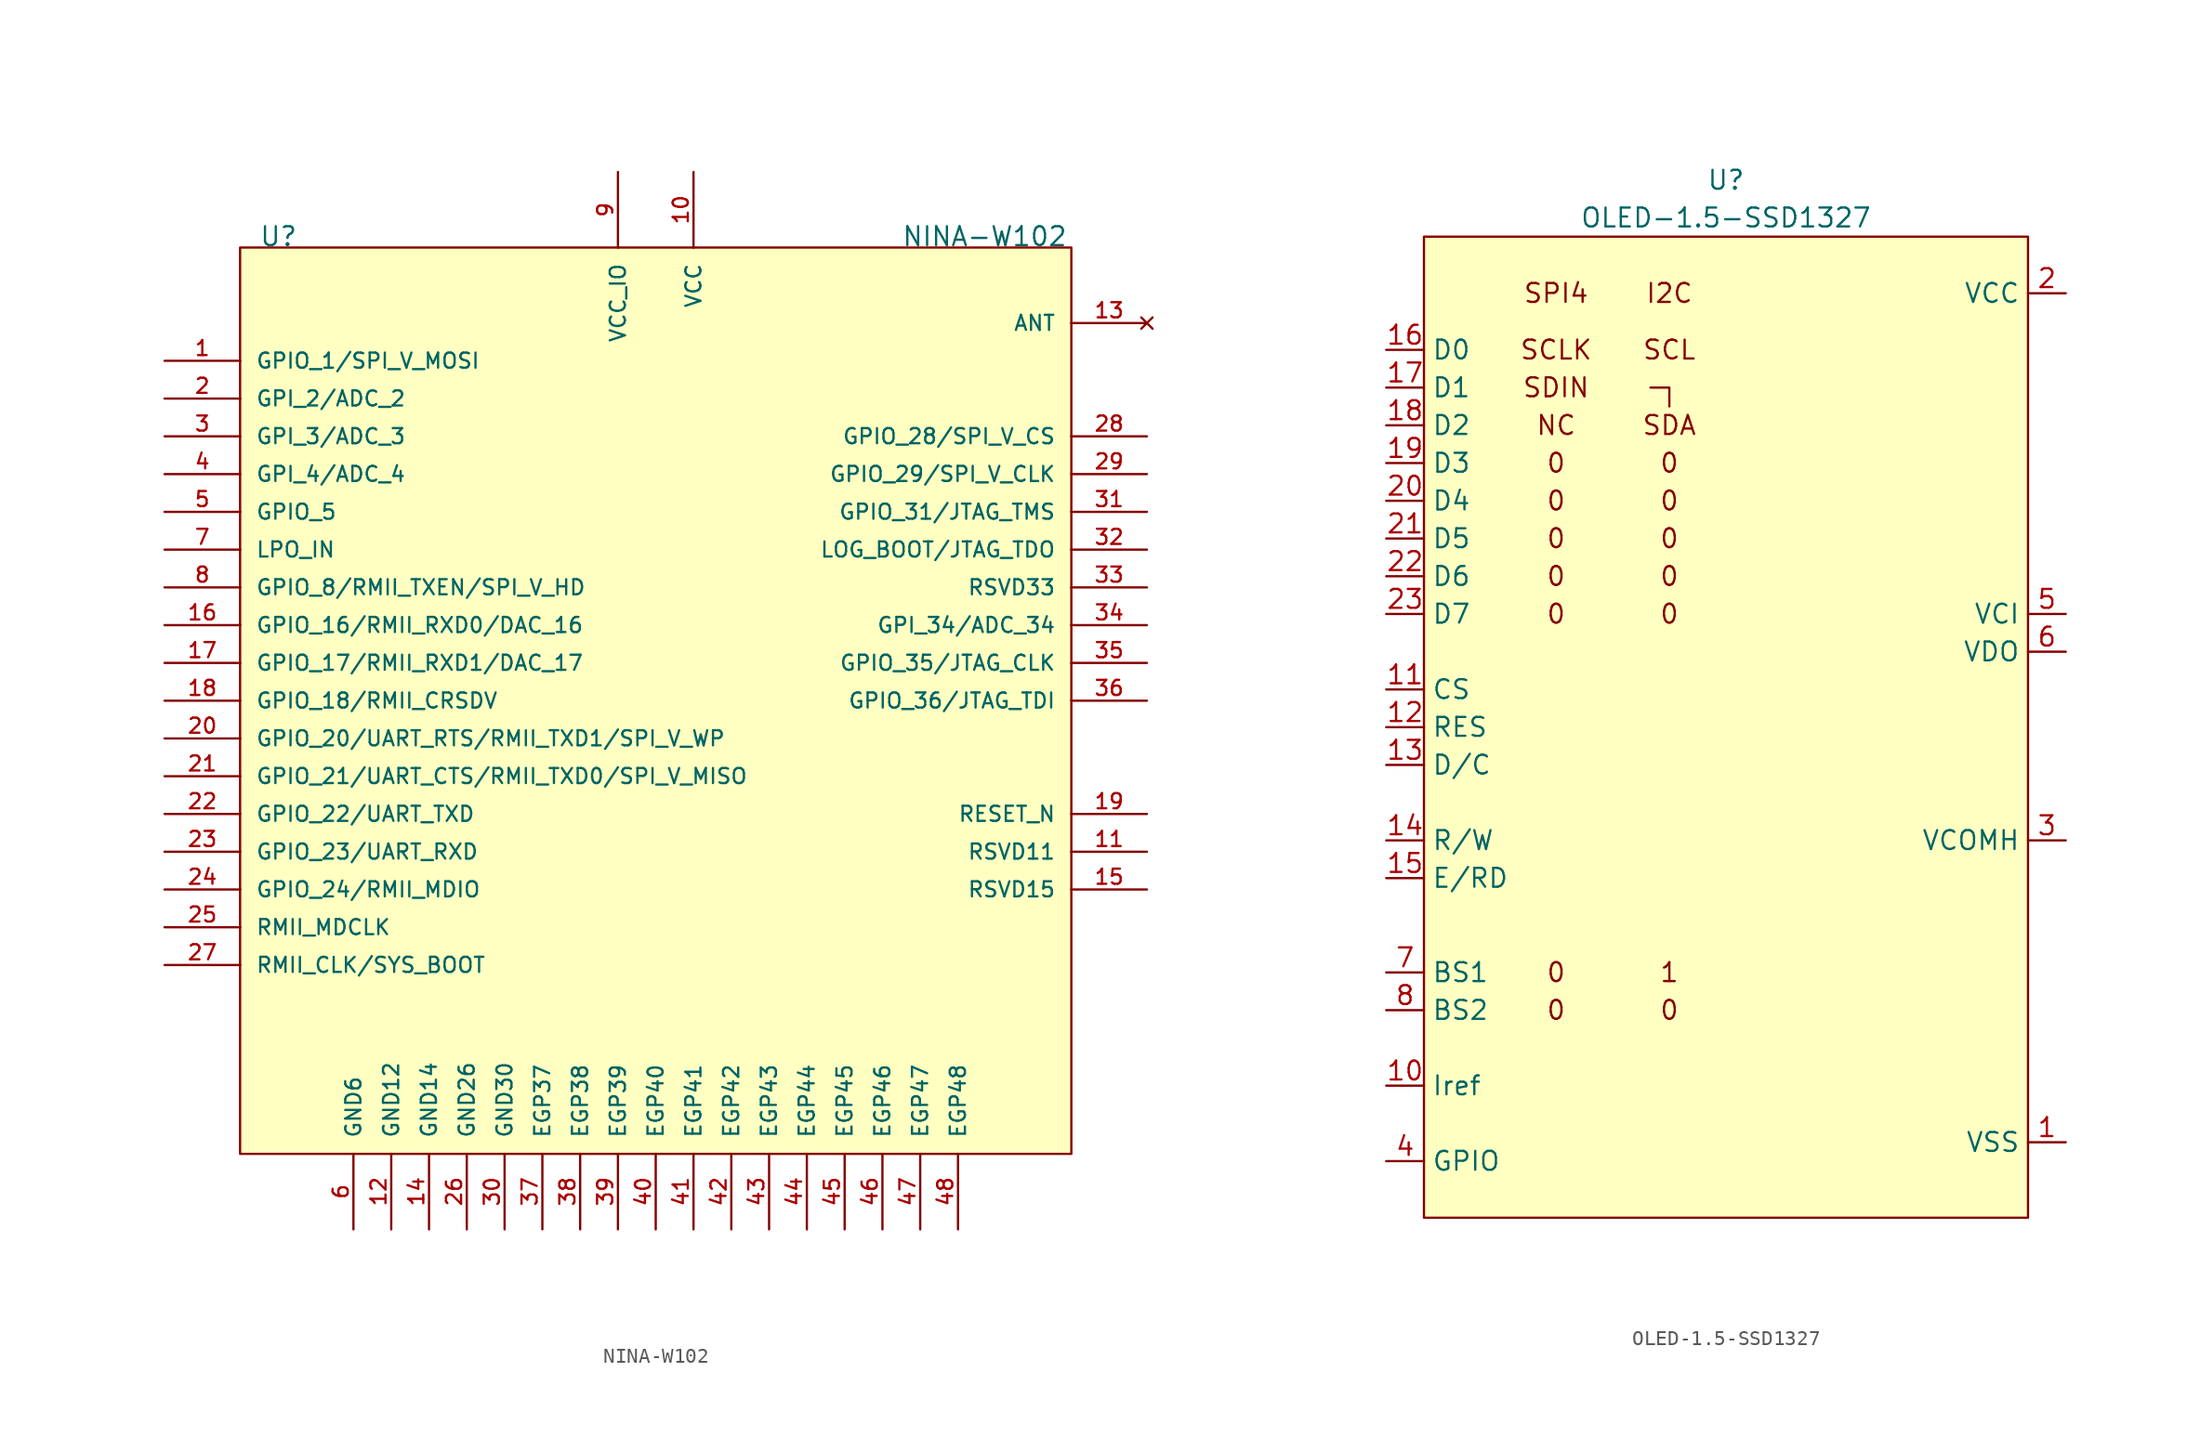
<source format=kicad_sym>
(kicad_symbol_lib
  (version 20211014)
  (generator kicad_symbol_editor)
  (symbol "NINA-W102"
    (pin_names
      (offset 1.016))
    (property "Reference" "U"
      (at 1.27 0 0)
      (effects (font (size 1.27 1.27)) (justify left bottom)))
    (property "Value" "NINA-W102"
      (at 44.45 0 0)
      (effects (font (size 1.27 1.27)) (justify left bottom)))
    (symbol "NINA-W102_0_0"
      (polyline (pts (xy 0 -48.26) (xy 0 -48.26)) (stroke (width 0.152) (type default) (color 0 0 0 0)) (fill (type none)))
      (polyline (pts (xy 0 -45.72) (xy 0 -45.72)) (stroke (width 0.152) (type default) (color 0 0 0 0)) (fill (type none)))
      (polyline (pts (xy 0 -43.18) (xy 0 -43.18)) (stroke (width 0.152) (type default) (color 0 0 0 0)) (fill (type none)))
      (polyline (pts (xy 0 -40.64) (xy 0 -40.64)) (stroke (width 0.152) (type default) (color 0 0 0 0)) (fill (type none)))
      (polyline (pts (xy 0 -38.1) (xy 0 -38.1)) (stroke (width 0.152) (type default) (color 0 0 0 0)) (fill (type none)))
      (polyline (pts (xy 0 -35.56) (xy 0 -35.56)) (stroke (width 0.152) (type default) (color 0 0 0 0)) (fill (type none)))
      (polyline (pts (xy 0 -33.02) (xy 0 -33.02)) (stroke (width 0.152) (type default) (color 0 0 0 0)) (fill (type none)))
      (polyline (pts (xy 0 -30.48) (xy 0 -30.48)) (stroke (width 0.152) (type default) (color 0 0 0 0)) (fill (type none)))
      (polyline (pts (xy 0 -27.94) (xy 0 -27.94)) (stroke (width 0.152) (type default) (color 0 0 0 0)) (fill (type none)))
      (polyline (pts (xy 0 -25.4) (xy 0 -25.4)) (stroke (width 0.152) (type default) (color 0 0 0 0)) (fill (type none)))
      (polyline (pts (xy 0 -22.86) (xy 0 -22.86)) (stroke (width 0.152) (type default) (color 0 0 0 0)) (fill (type none)))
      (polyline (pts (xy 0 -20.32) (xy 0 -20.32)) (stroke (width 0.152) (type default) (color 0 0 0 0)) (fill (type none)))
      (polyline (pts (xy 0 -17.78) (xy 0 -17.78)) (stroke (width 0.152) (type default) (color 0 0 0 0)) (fill (type none)))
      (polyline (pts (xy 0 -15.24) (xy 0 -15.24)) (stroke (width 0.152) (type default) (color 0 0 0 0)) (fill (type none)))
      (polyline (pts (xy 0 -12.7) (xy 0 -12.7)) (stroke (width 0.152) (type default) (color 0 0 0 0)) (fill (type none)))
      (polyline (pts (xy 0 -10.16) (xy 0 -10.16)) (stroke (width 0.152) (type default) (color 0 0 0 0)) (fill (type none)))
      (polyline (pts (xy 0 -7.62) (xy 0 -7.62)) (stroke (width 0.152) (type default) (color 0 0 0 0)) (fill (type none)))
      (polyline (pts (xy 7.62 -60.96) (xy 7.62 -60.96)) (stroke (width 0.152) (type default) (color 0 0 0 0)) (fill (type none)))
      (polyline (pts (xy 10.16 -60.96) (xy 10.16 -60.96)) (stroke (width 0.152) (type default) (color 0 0 0 0)) (fill (type none)))
      (polyline (pts (xy 12.7 -60.96) (xy 12.7 -60.96)) (stroke (width 0.152) (type default) (color 0 0 0 0)) (fill (type none)))
      (polyline (pts (xy 15.24 -60.96) (xy 15.24 -60.96)) (stroke (width 0.152) (type default) (color 0 0 0 0)) (fill (type none)))
      (polyline (pts (xy 17.78 -60.96) (xy 17.78 -60.96)) (stroke (width 0.152) (type default) (color 0 0 0 0)) (fill (type none)))
      (polyline (pts (xy 20.32 -60.96) (xy 20.32 -60.96)) (stroke (width 0.152) (type default) (color 0 0 0 0)) (fill (type none)))
      (polyline (pts (xy 22.86 -60.96) (xy 22.86 -60.96)) (stroke (width 0.152) (type default) (color 0 0 0 0)) (fill (type none)))
      (polyline (pts (xy 25.4 -60.96) (xy 25.4 -60.96)) (stroke (width 0.152) (type default) (color 0 0 0 0)) (fill (type none)))
      (polyline (pts (xy 25.4 0) (xy 25.4 0)) (stroke (width 0.152) (type default) (color 0 0 0 0)) (fill (type none)))
      (polyline (pts (xy 27.94 -60.96) (xy 27.94 -60.96)) (stroke (width 0.152) (type default) (color 0 0 0 0)) (fill (type none)))
      (polyline (pts (xy 30.48 -60.96) (xy 30.48 -60.96)) (stroke (width 0.152) (type default) (color 0 0 0 0)) (fill (type none)))
      (polyline (pts (xy 30.48 0) (xy 30.48 0)) (stroke (width 0.152) (type default) (color 0 0 0 0)) (fill (type none)))
      (polyline (pts (xy 33.02 -60.96) (xy 33.02 -60.96)) (stroke (width 0.152) (type default) (color 0 0 0 0)) (fill (type none)))
      (polyline (pts (xy 35.56 -60.96) (xy 35.56 -60.96)) (stroke (width 0.152) (type default) (color 0 0 0 0)) (fill (type none)))
      (polyline (pts (xy 38.1 -60.96) (xy 38.1 -60.96)) (stroke (width 0.152) (type default) (color 0 0 0 0)) (fill (type none)))
      (polyline (pts (xy 40.64 -60.96) (xy 40.64 -60.96)) (stroke (width 0.152) (type default) (color 0 0 0 0)) (fill (type none)))
      (polyline (pts (xy 43.18 -60.96) (xy 43.18 -60.96)) (stroke (width 0.152) (type default) (color 0 0 0 0)) (fill (type none)))
      (polyline (pts (xy 45.72 -60.96) (xy 45.72 -60.96)) (stroke (width 0.152) (type default) (color 0 0 0 0)) (fill (type none)))
      (polyline (pts (xy 48.26 -60.96) (xy 48.26 -60.96)) (stroke (width 0.152) (type default) (color 0 0 0 0)) (fill (type none)))
      (polyline (pts (xy 55.88 -43.18) (xy 55.88 -43.18)) (stroke (width 0.152) (type default) (color 0 0 0 0)) (fill (type none)))
      (polyline (pts (xy 55.88 -40.64) (xy 55.88 -40.64)) (stroke (width 0.152) (type default) (color 0 0 0 0)) (fill (type none)))
      (polyline (pts (xy 55.88 -38.1) (xy 55.88 -38.1)) (stroke (width 0.152) (type default) (color 0 0 0 0)) (fill (type none)))
      (polyline (pts (xy 55.88 -30.48) (xy 55.88 -30.48)) (stroke (width 0.152) (type default) (color 0 0 0 0)) (fill (type none)))
      (polyline (pts (xy 55.88 -27.94) (xy 55.88 -27.94)) (stroke (width 0.152) (type default) (color 0 0 0 0)) (fill (type none)))
      (polyline (pts (xy 55.88 -25.4) (xy 55.88 -25.4)) (stroke (width 0.152) (type default) (color 0 0 0 0)) (fill (type none)))
      (polyline (pts (xy 55.88 -22.86) (xy 55.88 -22.86)) (stroke (width 0.152) (type default) (color 0 0 0 0)) (fill (type none)))
      (polyline (pts (xy 55.88 -20.32) (xy 55.88 -20.32)) (stroke (width 0.152) (type default) (color 0 0 0 0)) (fill (type none)))
      (polyline (pts (xy 55.88 -17.78) (xy 55.88 -17.78)) (stroke (width 0.152) (type default) (color 0 0 0 0)) (fill (type none)))
      (polyline (pts (xy 55.88 -15.24) (xy 55.88 -15.24)) (stroke (width 0.152) (type default) (color 0 0 0 0)) (fill (type none)))
      (polyline (pts (xy 55.88 -12.7) (xy 55.88 -12.7)) (stroke (width 0.152) (type default) (color 0 0 0 0)) (fill (type none)))
      (polyline (pts (xy 55.88 -5.08) (xy 55.88 -5.08)) (stroke (width 0.152) (type default) (color 0 0 0 0)) (fill (type none)))
      (pin bidirectional line (at -5.08 -7.62 0) (length 5.08) (name "GPIO_1/SPI_V_MOSI" (effects (font (size 1.016 1.016)))) (number "1" (effects (font (size 1.016 1.016)))))
      (pin power_in line (at 30.48 5.08 270) (length 5.08) (name "VCC" (effects (font (size 1.016 1.016)))) (number "10" (effects (font (size 1.016 1.016)))))
      (pin passive line (at 60.96 -40.64 180) (length 5.08) (name "RSVD11" (effects (font (size 1.016 1.016)))) (number "11" (effects (font (size 1.016 1.016)))))
      (pin power_in line (at 10.16 -66.04 90) (length 5.08) (name "GND12" (effects (font (size 1.016 1.016)))) (number "12" (effects (font (size 1.016 1.016)))))
      (pin no_connect line (at 60.96 -5.08 180) (length 5.08) (name "ANT" (effects (font (size 1.016 1.016)))) (number "13" (effects (font (size 1.016 1.016)))))
      (pin power_in line (at 12.7 -66.04 90) (length 5.08) (name "GND14" (effects (font (size 1.016 1.016)))) (number "14" (effects (font (size 1.016 1.016)))))
      (pin passive line (at 60.96 -43.18 180) (length 5.08) (name "RSVD15" (effects (font (size 1.016 1.016)))) (number "15" (effects (font (size 1.016 1.016)))))
      (pin bidirectional line (at -5.08 -25.4 0) (length 5.08) (name "GPIO_16/RMII_RXD0/DAC_16" (effects (font (size 1.016 1.016)))) (number "16" (effects (font (size 1.016 1.016)))))
      (pin bidirectional line (at -5.08 -27.94 0) (length 5.08) (name "GPIO_17/RMII_RXD1/DAC_17" (effects (font (size 1.016 1.016)))) (number "17" (effects (font (size 1.016 1.016)))))
      (pin bidirectional line (at -5.08 -30.48 0) (length 5.08) (name "GPIO_18/RMII_CRSDV" (effects (font (size 1.016 1.016)))) (number "18" (effects (font (size 1.016 1.016)))))
      (pin input line (at 60.96 -38.1 180) (length 5.08) (name "RESET_N" (effects (font (size 1.016 1.016)))) (number "19" (effects (font (size 1.016 1.016)))))
      (pin input line (at -5.08 -10.16 0) (length 5.08) (name "GPI_2/ADC_2" (effects (font (size 1.016 1.016)))) (number "2" (effects (font (size 1.016 1.016)))))
      (pin bidirectional line (at -5.08 -33.02 0) (length 5.08) (name "GPIO_20/UART_RTS/RMII_TXD1/SPI_V_WP" (effects (font (size 1.016 1.016)))) (number "20" (effects (font (size 1.016 1.016)))))
      (pin bidirectional line (at -5.08 -35.56 0) (length 5.08) (name "GPIO_21/UART_CTS/RMII_TXD0/SPI_V_MISO" (effects (font (size 1.016 1.016)))) (number "21" (effects (font (size 1.016 1.016)))))
      (pin bidirectional line (at -5.08 -38.1 0) (length 5.08) (name "GPIO_22/UART_TXD" (effects (font (size 1.016 1.016)))) (number "22" (effects (font (size 1.016 1.016)))))
      (pin bidirectional line (at -5.08 -40.64 0) (length 5.08) (name "GPIO_23/UART_RXD" (effects (font (size 1.016 1.016)))) (number "23" (effects (font (size 1.016 1.016)))))
      (pin bidirectional line (at -5.08 -43.18 0) (length 5.08) (name "GPIO_24/RMII_MDIO" (effects (font (size 1.016 1.016)))) (number "24" (effects (font (size 1.016 1.016)))))
      (pin bidirectional line (at -5.08 -45.72 0) (length 5.08) (name "RMII_MDCLK" (effects (font (size 1.016 1.016)))) (number "25" (effects (font (size 1.016 1.016)))))
      (pin power_in line (at 15.24 -66.04 90) (length 5.08) (name "GND26" (effects (font (size 1.016 1.016)))) (number "26" (effects (font (size 1.016 1.016)))))
      (pin input line (at -5.08 -48.26 0) (length 5.08) (name "RMII_CLK/SYS_BOOT" (effects (font (size 1.016 1.016)))) (number "27" (effects (font (size 1.016 1.016)))))
      (pin bidirectional line (at 60.96 -12.7 180) (length 5.08) (name "GPIO_28/SPI_V_CS" (effects (font (size 1.016 1.016)))) (number "28" (effects (font (size 1.016 1.016)))))
      (pin bidirectional line (at 60.96 -15.24 180) (length 5.08) (name "GPIO_29/SPI_V_CLK" (effects (font (size 1.016 1.016)))) (number "29" (effects (font (size 1.016 1.016)))))
      (pin input line (at -5.08 -12.7 0) (length 5.08) (name "GPI_3/ADC_3" (effects (font (size 1.016 1.016)))) (number "3" (effects (font (size 1.016 1.016)))))
      (pin power_in line (at 17.78 -66.04 90) (length 5.08) (name "GND30" (effects (font (size 1.016 1.016)))) (number "30" (effects (font (size 1.016 1.016)))))
      (pin bidirectional line (at 60.96 -17.78 180) (length 5.08) (name "GPIO_31/JTAG_TMS" (effects (font (size 1.016 1.016)))) (number "31" (effects (font (size 1.016 1.016)))))
      (pin bidirectional line (at 60.96 -20.32 180) (length 5.08) (name "LOG_BOOT/JTAG_TDO" (effects (font (size 1.016 1.016)))) (number "32" (effects (font (size 1.016 1.016)))))
      (pin passive line (at 60.96 -22.86 180) (length 5.08) (name "RSVD33" (effects (font (size 1.016 1.016)))) (number "33" (effects (font (size 1.016 1.016)))))
      (pin input line (at 60.96 -25.4 180) (length 5.08) (name "GPI_34/ADC_34" (effects (font (size 1.016 1.016)))) (number "34" (effects (font (size 1.016 1.016)))))
      (pin bidirectional line (at 60.96 -27.94 180) (length 5.08) (name "GPIO_35/JTAG_CLK" (effects (font (size 1.016 1.016)))) (number "35" (effects (font (size 1.016 1.016)))))
      (pin bidirectional line (at 60.96 -30.48 180) (length 5.08) (name "GPIO_36/JTAG_TDI" (effects (font (size 1.016 1.016)))) (number "36" (effects (font (size 1.016 1.016)))))
      (pin power_in line (at 20.32 -66.04 90) (length 5.08) (name "EGP37" (effects (font (size 1.016 1.016)))) (number "37" (effects (font (size 1.016 1.016)))))
      (pin power_in line (at 22.86 -66.04 90) (length 5.08) (name "EGP38" (effects (font (size 1.016 1.016)))) (number "38" (effects (font (size 1.016 1.016)))))
      (pin power_in line (at 25.4 -66.04 90) (length 5.08) (name "EGP39" (effects (font (size 1.016 1.016)))) (number "39" (effects (font (size 1.016 1.016)))))
      (pin input line (at -5.08 -15.24 0) (length 5.08) (name "GPI_4/ADC_4" (effects (font (size 1.016 1.016)))) (number "4" (effects (font (size 1.016 1.016)))))
      (pin power_in line (at 27.94 -66.04 90) (length 5.08) (name "EGP40" (effects (font (size 1.016 1.016)))) (number "40" (effects (font (size 1.016 1.016)))))
      (pin power_in line (at 30.48 -66.04 90) (length 5.08) (name "EGP41" (effects (font (size 1.016 1.016)))) (number "41" (effects (font (size 1.016 1.016)))))
      (pin power_in line (at 33.02 -66.04 90) (length 5.08) (name "EGP42" (effects (font (size 1.016 1.016)))) (number "42" (effects (font (size 1.016 1.016)))))
      (pin power_in line (at 35.56 -66.04 90) (length 5.08) (name "EGP43" (effects (font (size 1.016 1.016)))) (number "43" (effects (font (size 1.016 1.016)))))
      (pin power_in line (at 38.1 -66.04 90) (length 5.08) (name "EGP44" (effects (font (size 1.016 1.016)))) (number "44" (effects (font (size 1.016 1.016)))))
      (pin power_in line (at 40.64 -66.04 90) (length 5.08) (name "EGP45" (effects (font (size 1.016 1.016)))) (number "45" (effects (font (size 1.016 1.016)))))
      (pin power_in line (at 43.18 -66.04 90) (length 5.08) (name "EGP46" (effects (font (size 1.016 1.016)))) (number "46" (effects (font (size 1.016 1.016)))))
      (pin power_in line (at 45.72 -66.04 90) (length 5.08) (name "EGP47" (effects (font (size 1.016 1.016)))) (number "47" (effects (font (size 1.016 1.016)))))
      (pin power_in line (at 48.26 -66.04 90) (length 5.08) (name "EGP48" (effects (font (size 1.016 1.016)))) (number "48" (effects (font (size 1.016 1.016)))))
      (pin bidirectional line (at -5.08 -17.78 0) (length 5.08) (name "GPIO_5" (effects (font (size 1.016 1.016)))) (number "5" (effects (font (size 1.016 1.016)))))
      (pin power_in line (at 7.62 -66.04 90) (length 5.08) (name "GND6" (effects (font (size 1.016 1.016)))) (number "6" (effects (font (size 1.016 1.016)))))
      (pin bidirectional line (at -5.08 -20.32 0) (length 5.08) (name "LPO_IN" (effects (font (size 1.016 1.016)))) (number "7" (effects (font (size 1.016 1.016)))))
      (pin bidirectional line (at -5.08 -22.86 0) (length 5.08) (name "GPIO_8/RMII_TXEN/SPI_V_HD" (effects (font (size 1.016 1.016)))) (number "8" (effects (font (size 1.016 1.016)))))
      (pin power_in line (at 25.4 5.08 270) (length 5.08) (name "VCC_IO" (effects (font (size 1.016 1.016)))) (number "9" (effects (font (size 1.016 1.016))))))
    (symbol "NINA-W102_1_1"
      (rectangle (start 0 0) (end 55.88 -60.96) (stroke (width 0.152) (type default) (color 0 0 0 0)) (fill (type background)))))
  (symbol "OLED-1.5-SSD1327"
    (property "Reference" "U"
      (at 0 35.56 0)
      (effects (font (size 1.27 1.27))))
    (property "Value" "OLED-1.5-SSD1327"
      (at 0 33.02 0)
      (effects (font (size 1.27 1.27))))
    (symbol "OLED-1.5-SSD1327_0_0"
      (polyline (pts (xy -3.81 20.32) (xy -3.81 21.59) (xy -5.08 21.59)) (stroke (width 0.152) (type default) (color 0 0 0 0)) (fill (type none)))
      (text "0" (at -11.43 -20.32 0) (effects (font (size 1.27 1.27))))
      (text "0" (at -11.43 -17.78 0) (effects (font (size 1.27 1.27))))
      (text "0" (at -11.43 6.35 0) (effects (font (size 1.27 1.27))))
      (text "0" (at -11.43 8.89 0) (effects (font (size 1.27 1.27))))
      (text "0" (at -11.43 11.43 0) (effects (font (size 1.27 1.27))))
      (text "0" (at -11.43 13.97 0) (effects (font (size 1.27 1.27))))
      (text "0" (at -11.43 16.51 0) (effects (font (size 1.27 1.27))))
      (text "0" (at -3.81 -20.32 0) (effects (font (size 1.27 1.27))))
      (text "0" (at -3.81 6.35 0) (effects (font (size 1.27 1.27))))
      (text "0" (at -3.81 8.89 0) (effects (font (size 1.27 1.27))))
      (text "0" (at -3.81 11.43 0) (effects (font (size 1.27 1.27))))
      (text "0" (at -3.81 13.97 0) (effects (font (size 1.27 1.27))))
      (text "0" (at -3.81 16.51 0) (effects (font (size 1.27 1.27))))
      (text "1" (at -3.81 -17.78 0) (effects (font (size 1.27 1.27))))
      (text "I2C" (at -3.81 27.94 0) (effects (font (size 1.27 1.27))))
      (text "NC" (at -11.43 19.05 0) (effects (font (size 1.27 1.27))))
      (text "SCL" (at -3.81 24.13 0) (effects (font (size 1.27 1.27))))
      (text "SCLK" (at -11.43 24.13 0) (effects (font (size 1.27 1.27))))
      (text "SDA" (at -3.81 19.05 0) (effects (font (size 1.27 1.27))))
      (text "SDIN" (at -11.43 21.59 0) (effects (font (size 1.27 1.27))))
      (text "SPI4" (at -11.43 27.94 0) (effects (font (size 1.27 1.27)))))
    (symbol "OLED-1.5-SSD1327_0_1"
      (rectangle (start -20.32 31.75) (end 20.32 -34.29) (stroke (width 0.152) (type default) (color 0 0 0 0)) (fill (type background))))
    (symbol "OLED-1.5-SSD1327_1_1"
      (pin input line (at 22.86 -29.21 180) (length 2.54) (name "VSS" (effects (font (size 1.27 1.27)))) (number "1" (effects (font (size 1.27 1.27)))))
      (pin input line (at -22.86 -25.4 0) (length 2.54) (name "Iref" (effects (font (size 1.27 1.27)))) (number "10" (effects (font (size 1.27 1.27)))))
      (pin input line (at -22.86 1.27 0) (length 2.54) (name "CS" (effects (font (size 1.27 1.27)))) (number "11" (effects (font (size 1.27 1.27)))))
      (pin input line (at -22.86 -1.27 0) (length 2.54) (name "RES" (effects (font (size 1.27 1.27)))) (number "12" (effects (font (size 1.27 1.27)))))
      (pin input line (at -22.86 -3.81 0) (length 2.54) (name "D/C" (effects (font (size 1.27 1.27)))) (number "13" (effects (font (size 1.27 1.27)))))
      (pin input line (at -22.86 -8.89 0) (length 2.54) (name "R/W" (effects (font (size 1.27 1.27)))) (number "14" (effects (font (size 1.27 1.27)))))
      (pin input line (at -22.86 -11.43 0) (length 2.54) (name "E/RD" (effects (font (size 1.27 1.27)))) (number "15" (effects (font (size 1.27 1.27)))))
      (pin input line (at -22.86 24.13 0) (length 2.54) (name "D0" (effects (font (size 1.27 1.27)))) (number "16" (effects (font (size 1.27 1.27)))))
      (pin input line (at -22.86 21.59 0) (length 2.54) (name "D1" (effects (font (size 1.27 1.27)))) (number "17" (effects (font (size 1.27 1.27)))))
      (pin input line (at -22.86 19.05 0) (length 2.54) (name "D2" (effects (font (size 1.27 1.27)))) (number "18" (effects (font (size 1.27 1.27)))))
      (pin input line (at -22.86 16.51 0) (length 2.54) (name "D3" (effects (font (size 1.27 1.27)))) (number "19" (effects (font (size 1.27 1.27)))))
      (pin input line (at 22.86 27.94 180) (length 2.54) (name "VCC" (effects (font (size 1.27 1.27)))) (number "2" (effects (font (size 1.27 1.27)))))
      (pin input line (at -22.86 13.97 0) (length 2.54) (name "D4" (effects (font (size 1.27 1.27)))) (number "20" (effects (font (size 1.27 1.27)))))
      (pin input line (at -22.86 11.43 0) (length 2.54) (name "D5" (effects (font (size 1.27 1.27)))) (number "21" (effects (font (size 1.27 1.27)))))
      (pin input line (at -22.86 8.89 0) (length 2.54) (name "D6" (effects (font (size 1.27 1.27)))) (number "22" (effects (font (size 1.27 1.27)))))
      (pin input line (at -22.86 6.35 0) (length 2.54) (name "D7" (effects (font (size 1.27 1.27)))) (number "23" (effects (font (size 1.27 1.27)))))
      (pin input line (at 22.86 27.94 180) (length 2.54) hide (name "VCC" (effects (font (size 1.27 1.27)))) (number "24" (effects (font (size 1.27 1.27)))))
      (pin input line (at 22.86 -29.21 180) (length 2.54) hide (name "VSS" (effects (font (size 1.27 1.27)))) (number "25" (effects (font (size 1.27 1.27)))))
      (pin input line (at 22.86 -8.89 180) (length 2.54) (name "VCOMH" (effects (font (size 1.27 1.27)))) (number "3" (effects (font (size 1.27 1.27)))))
      (pin input line (at -22.86 -30.48 0) (length 2.54) (name "GPIO" (effects (font (size 1.27 1.27)))) (number "4" (effects (font (size 1.27 1.27)))))
      (pin input line (at 22.86 6.35 180) (length 2.54) (name "VCI" (effects (font (size 1.27 1.27)))) (number "5" (effects (font (size 1.27 1.27)))))
      (pin input line (at 22.86 3.81 180) (length 2.54) (name "VDO" (effects (font (size 1.27 1.27)))) (number "6" (effects (font (size 1.27 1.27)))))
      (pin input line (at -22.86 -17.78 0) (length 2.54) (name "BS1" (effects (font (size 1.27 1.27)))) (number "7" (effects (font (size 1.27 1.27)))))
      (pin input line (at -22.86 -20.32 0) (length 2.54) (name "BS2" (effects (font (size 1.27 1.27)))) (number "8" (effects (font (size 1.27 1.27)))))
      (pin input line (at 22.86 -29.21 180) (length 2.54) hide (name "VSS" (effects (font (size 1.27 1.27)))) (number "9" (effects (font (size 1.27 1.27))))))))
</source>
